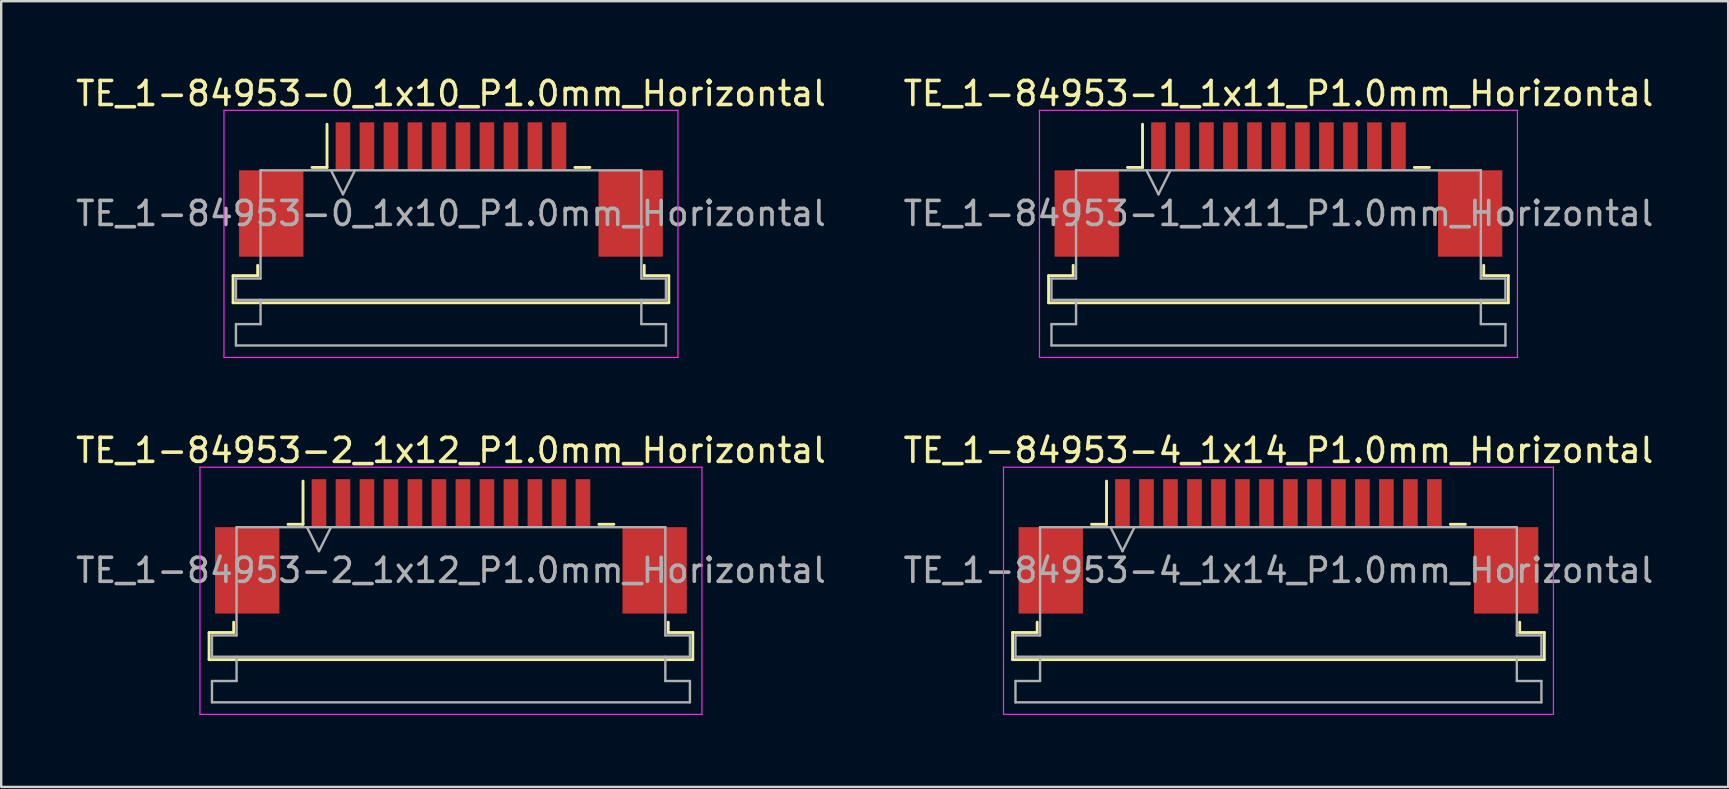
<source format=kicad_pcb>
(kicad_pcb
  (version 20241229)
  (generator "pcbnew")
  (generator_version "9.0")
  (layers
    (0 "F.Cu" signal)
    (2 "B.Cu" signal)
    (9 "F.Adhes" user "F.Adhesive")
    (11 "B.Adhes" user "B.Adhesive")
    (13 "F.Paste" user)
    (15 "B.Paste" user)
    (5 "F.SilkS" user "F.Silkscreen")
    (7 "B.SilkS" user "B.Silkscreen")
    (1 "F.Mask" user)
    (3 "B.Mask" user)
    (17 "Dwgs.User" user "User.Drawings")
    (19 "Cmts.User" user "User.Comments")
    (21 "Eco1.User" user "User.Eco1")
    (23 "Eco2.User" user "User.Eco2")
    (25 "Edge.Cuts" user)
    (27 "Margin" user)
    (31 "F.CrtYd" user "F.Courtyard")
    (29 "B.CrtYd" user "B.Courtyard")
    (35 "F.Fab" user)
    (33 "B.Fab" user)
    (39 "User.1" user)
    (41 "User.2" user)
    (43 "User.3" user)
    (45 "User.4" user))
  (footprint "TE_1-84953-1_1x11_P1.0mm_Horizontal"
    (layer "F.Cu")
    (at 50.232 4.848)
    (property "Reference" "TE_1-84953-1_1x11_P1.0mm_Horizontal" (at 0 -4 0) (layer "F.SilkS") (effects (font (size 1 1) (thickness 0.15))))
    (attr smd)
    (fp_line (start -9.58 3.59) (end -8.555 3.59) (stroke (width 0.12) (type solid)) (layer "F.SilkS"))
    (fp_line (start -9.58 4.72) (end -9.58 3.59) (stroke (width 0.12) (type solid)) (layer "F.SilkS"))
    (fp_line (start -8.555 3.59) (end -8.555 3.16) (stroke (width 0.12) (type solid)) (layer "F.SilkS"))
    (fp_line (start -6.29 -0.92) (end -5.665 -0.92) (stroke (width 0.12) (type solid)) (layer "F.SilkS"))
    (fp_line (start -5.665 -0.92) (end -5.665 -2.72) (stroke (width 0.12) (type solid)) (layer "F.SilkS"))
    (fp_line (start 5.665 -0.92) (end 6.29 -0.92) (stroke (width 0.12) (type solid)) (layer "F.SilkS"))
    (fp_line (start 8.555 3.16) (end 8.555 3.59) (stroke (width 0.12) (type solid)) (layer "F.SilkS"))
    (fp_line (start 8.555 3.59) (end 9.58 3.59) (stroke (width 0.12) (type solid)) (layer "F.SilkS"))
    (fp_line (start 9.58 3.59) (end 9.58 4.72) (stroke (width 0.12) (type solid)) (layer "F.SilkS"))
    (fp_line (start 9.58 4.72) (end -9.58 4.72) (stroke (width 0.12) (type solid)) (layer "F.SilkS"))
    (fp_line (start -9.96 -3.3) (end -9.96 7) (stroke (width 0.05) (type solid)) (layer "F.CrtYd"))
    (fp_line (start -9.96 7) (end 9.96 7) (stroke (width 0.05) (type solid)) (layer "F.CrtYd"))
    (fp_line (start 9.96 -3.3) (end -9.96 -3.3) (stroke (width 0.05) (type solid)) (layer "F.CrtYd"))
    (fp_line (start 9.96 7) (end 9.96 -3.3) (stroke (width 0.05) (type solid)) (layer "F.CrtYd"))
    (fp_line (start -9.46 3.71) (end -8.435 3.71) (stroke (width 0.1) (type solid)) (layer "F.Fab"))
    (fp_line (start -9.46 4.6) (end -9.46 3.71) (stroke (width 0.1) (type solid)) (layer "F.Fab"))
    (fp_line (start -9.46 5.61) (end -8.435 5.61) (stroke (width 0.1) (type solid)) (layer "F.Fab"))
    (fp_line (start -9.46 6.5) (end -9.46 5.61) (stroke (width 0.1) (type solid)) (layer "F.Fab"))
    (fp_line (start -8.435 -0.8) (end 8.435 -0.8) (stroke (width 0.1) (type solid)) (layer "F.Fab"))
    (fp_line (start -8.435 3.71) (end -8.435 -0.8) (stroke (width 0.1) (type solid)) (layer "F.Fab"))
    (fp_line (start -8.435 5.61) (end -8.435 4.6) (stroke (width 0.1) (type solid)) (layer "F.Fab"))
    (fp_line (start -5.5 -0.8) (end -5 0.2) (stroke (width 0.1) (type solid)) (layer "F.Fab"))
    (fp_line (start -5 0.2) (end -4.5 -0.8) (stroke (width 0.1) (type solid)) (layer "F.Fab"))
    (fp_line (start 8.435 -0.8) (end 8.435 3.71) (stroke (width 0.1) (type solid)) (layer "F.Fab"))
    (fp_line (start 8.435 3.71) (end 9.46 3.71) (stroke (width 0.1) (type solid)) (layer "F.Fab"))
    (fp_line (start 8.435 4.6) (end 8.435 5.61) (stroke (width 0.1) (type solid)) (layer "F.Fab"))
    (fp_line (start 8.435 5.61) (end 9.46 5.61) (stroke (width 0.1) (type solid)) (layer "F.Fab"))
    (fp_line (start 9.46 3.71) (end 9.46 4.6) (stroke (width 0.1) (type solid)) (layer "F.Fab"))
    (fp_line (start 9.46 4.6) (end -9.46 4.6) (stroke (width 0.1) (type solid)) (layer "F.Fab"))
    (fp_line (start 9.46 5.61) (end 9.46 6.5) (stroke (width 0.1) (type solid)) (layer "F.Fab"))
    (fp_line (start 9.46 6.5) (end -9.46 6.5) (stroke (width 0.1) (type solid)) (layer "F.Fab"))
    (fp_text user "${REFERENCE}" (at 0 1 0) (layer "F.Fab") (effects (font (size 1 1) (thickness 0.15))))
    (pad "" smd rect (at -7.99 1) (size 2.68 3.6) (layers "F.Cu" "F.Mask" "F.Paste"))
    (pad "" smd rect (at 7.99 1) (size 2.68 3.6) (layers "F.Cu" "F.Mask" "F.Paste"))
    (pad "1" smd rect (at -5 -1.8) (size 0.61 2) (layers "F.Cu" "F.Mask" "F.Paste"))
    (pad "2" smd rect (at -4 -1.8) (size 0.61 2) (layers "F.Cu" "F.Mask" "F.Paste"))
    (pad "3" smd rect (at -3 -1.8) (size 0.61 2) (layers "F.Cu" "F.Mask" "F.Paste"))
    (pad "4" smd rect (at -2 -1.8) (size 0.61 2) (layers "F.Cu" "F.Mask" "F.Paste"))
    (pad "5" smd rect (at -1 -1.8) (size 0.61 2) (layers "F.Cu" "F.Mask" "F.Paste"))
    (pad "6" smd rect (at 0 -1.8) (size 0.61 2) (layers "F.Cu" "F.Mask" "F.Paste"))
    (pad "7" smd rect (at 1 -1.8) (size 0.61 2) (layers "F.Cu" "F.Mask" "F.Paste"))
    (pad "8" smd rect (at 2 -1.8) (size 0.61 2) (layers "F.Cu" "F.Mask" "F.Paste"))
    (pad "9" smd rect (at 3 -1.8) (size 0.61 2) (layers "F.Cu" "F.Mask" "F.Paste"))
    (pad "10" smd rect (at 4 -1.8) (size 0.61 2) (layers "F.Cu" "F.Mask" "F.Paste"))
    (pad "11" smd rect (at 5 -1.8) (size 0.61 2) (layers "F.Cu" "F.Mask" "F.Paste")))
  (footprint "TE_1-84953-0_1x10_P1.0mm_Horizontal"
    (layer "F.Cu")
    (at 15.744 4.848)
    (property "Reference" "TE_1-84953-0_1x10_P1.0mm_Horizontal" (at 0 -4 0) (layer "F.SilkS") (effects (font (size 1 1) (thickness 0.15))))
    (attr smd)
    (fp_line (start -9.08 3.59) (end -8.055 3.59) (stroke (width 0.12) (type solid)) (layer "F.SilkS"))
    (fp_line (start -9.08 4.72) (end -9.08 3.59) (stroke (width 0.12) (type solid)) (layer "F.SilkS"))
    (fp_line (start -8.055 3.59) (end -8.055 3.16) (stroke (width 0.12) (type solid)) (layer "F.SilkS"))
    (fp_line (start -5.79 -0.92) (end -5.165 -0.92) (stroke (width 0.12) (type solid)) (layer "F.SilkS"))
    (fp_line (start -5.165 -0.92) (end -5.165 -2.72) (stroke (width 0.12) (type solid)) (layer "F.SilkS"))
    (fp_line (start 5.165 -0.92) (end 5.79 -0.92) (stroke (width 0.12) (type solid)) (layer "F.SilkS"))
    (fp_line (start 8.055 3.16) (end 8.055 3.59) (stroke (width 0.12) (type solid)) (layer "F.SilkS"))
    (fp_line (start 8.055 3.59) (end 9.08 3.59) (stroke (width 0.12) (type solid)) (layer "F.SilkS"))
    (fp_line (start 9.08 3.59) (end 9.08 4.72) (stroke (width 0.12) (type solid)) (layer "F.SilkS"))
    (fp_line (start 9.08 4.72) (end -9.08 4.72) (stroke (width 0.12) (type solid)) (layer "F.SilkS"))
    (fp_line (start -9.46 -3.3) (end -9.46 7) (stroke (width 0.05) (type solid)) (layer "F.CrtYd"))
    (fp_line (start -9.46 7) (end 9.46 7) (stroke (width 0.05) (type solid)) (layer "F.CrtYd"))
    (fp_line (start 9.46 -3.3) (end -9.46 -3.3) (stroke (width 0.05) (type solid)) (layer "F.CrtYd"))
    (fp_line (start 9.46 7) (end 9.46 -3.3) (stroke (width 0.05) (type solid)) (layer "F.CrtYd"))
    (fp_line (start -8.96 3.71) (end -7.935 3.71) (stroke (width 0.1) (type solid)) (layer "F.Fab"))
    (fp_line (start -8.96 4.6) (end -8.96 3.71) (stroke (width 0.1) (type solid)) (layer "F.Fab"))
    (fp_line (start -8.96 5.61) (end -7.935 5.61) (stroke (width 0.1) (type solid)) (layer "F.Fab"))
    (fp_line (start -8.96 6.5) (end -8.96 5.61) (stroke (width 0.1) (type solid)) (layer "F.Fab"))
    (fp_line (start -7.935 -0.8) (end 7.935 -0.8) (stroke (width 0.1) (type solid)) (layer "F.Fab"))
    (fp_line (start -7.935 3.71) (end -7.935 -0.8) (stroke (width 0.1) (type solid)) (layer "F.Fab"))
    (fp_line (start -7.935 5.61) (end -7.935 4.6) (stroke (width 0.1) (type solid)) (layer "F.Fab"))
    (fp_line (start -5 -0.8) (end -4.5 0.2) (stroke (width 0.1) (type solid)) (layer "F.Fab"))
    (fp_line (start -4.5 0.2) (end -4 -0.8) (stroke (width 0.1) (type solid)) (layer "F.Fab"))
    (fp_line (start 7.935 -0.8) (end 7.935 3.71) (stroke (width 0.1) (type solid)) (layer "F.Fab"))
    (fp_line (start 7.935 3.71) (end 8.96 3.71) (stroke (width 0.1) (type solid)) (layer "F.Fab"))
    (fp_line (start 7.935 4.6) (end 7.935 5.61) (stroke (width 0.1) (type solid)) (layer "F.Fab"))
    (fp_line (start 7.935 5.61) (end 8.96 5.61) (stroke (width 0.1) (type solid)) (layer "F.Fab"))
    (fp_line (start 8.96 3.71) (end 8.96 4.6) (stroke (width 0.1) (type solid)) (layer "F.Fab"))
    (fp_line (start 8.96 4.6) (end -8.96 4.6) (stroke (width 0.1) (type solid)) (layer "F.Fab"))
    (fp_line (start 8.96 5.61) (end 8.96 6.5) (stroke (width 0.1) (type solid)) (layer "F.Fab"))
    (fp_line (start 8.96 6.5) (end -8.96 6.5) (stroke (width 0.1) (type solid)) (layer "F.Fab"))
    (fp_text user "${REFERENCE}" (at 0 1 0) (layer "F.Fab") (effects (font (size 1 1) (thickness 0.15))))
    (pad "" smd rect (at -7.49 1) (size 2.68 3.6) (layers "F.Cu" "F.Mask" "F.Paste"))
    (pad "" smd rect (at 7.49 1) (size 2.68 3.6) (layers "F.Cu" "F.Mask" "F.Paste"))
    (pad "1" smd rect (at -4.5 -1.8) (size 0.61 2) (layers "F.Cu" "F.Mask" "F.Paste"))
    (pad "2" smd rect (at -3.5 -1.8) (size 0.61 2) (layers "F.Cu" "F.Mask" "F.Paste"))
    (pad "3" smd rect (at -2.5 -1.8) (size 0.61 2) (layers "F.Cu" "F.Mask" "F.Paste"))
    (pad "4" smd rect (at -1.5 -1.8) (size 0.61 2) (layers "F.Cu" "F.Mask" "F.Paste"))
    (pad "5" smd rect (at -0.5 -1.8) (size 0.61 2) (layers "F.Cu" "F.Mask" "F.Paste"))
    (pad "6" smd rect (at 0.5 -1.8) (size 0.61 2) (layers "F.Cu" "F.Mask" "F.Paste"))
    (pad "7" smd rect (at 1.5 -1.8) (size 0.61 2) (layers "F.Cu" "F.Mask" "F.Paste"))
    (pad "8" smd rect (at 2.5 -1.8) (size 0.61 2) (layers "F.Cu" "F.Mask" "F.Paste"))
    (pad "9" smd rect (at 3.5 -1.8) (size 0.61 2) (layers "F.Cu" "F.Mask" "F.Paste"))
    (pad "10" smd rect (at 4.5 -1.8) (size 0.61 2) (layers "F.Cu" "F.Mask" "F.Paste")))
  (footprint "TE_1-84953-4_1x14_P1.0mm_Horizontal"
    (layer "F.Cu")
    (at 50.232 19.721)
    (property "Reference" "TE_1-84953-4_1x14_P1.0mm_Horizontal" (at 0 -4 0) (layer "F.SilkS") (effects (font (size 1 1) (thickness 0.15))))
    (attr smd)
    (fp_line (start -11.08 3.59) (end -10.055 3.59) (stroke (width 0.12) (type solid)) (layer "F.SilkS"))
    (fp_line (start -11.08 4.72) (end -11.08 3.59) (stroke (width 0.12) (type solid)) (layer "F.SilkS"))
    (fp_line (start -10.055 3.59) (end -10.055 3.16) (stroke (width 0.12) (type solid)) (layer "F.SilkS"))
    (fp_line (start -7.79 -0.92) (end -7.165 -0.92) (stroke (width 0.12) (type solid)) (layer "F.SilkS"))
    (fp_line (start -7.165 -0.92) (end -7.165 -2.72) (stroke (width 0.12) (type solid)) (layer "F.SilkS"))
    (fp_line (start 7.165 -0.92) (end 7.79 -0.92) (stroke (width 0.12) (type solid)) (layer "F.SilkS"))
    (fp_line (start 10.055 3.16) (end 10.055 3.59) (stroke (width 0.12) (type solid)) (layer "F.SilkS"))
    (fp_line (start 10.055 3.59) (end 11.08 3.59) (stroke (width 0.12) (type solid)) (layer "F.SilkS"))
    (fp_line (start 11.08 3.59) (end 11.08 4.72) (stroke (width 0.12) (type solid)) (layer "F.SilkS"))
    (fp_line (start 11.08 4.72) (end -11.08 4.72) (stroke (width 0.12) (type solid)) (layer "F.SilkS"))
    (fp_line (start -11.46 -3.3) (end -11.46 7) (stroke (width 0.05) (type solid)) (layer "F.CrtYd"))
    (fp_line (start -11.46 7) (end 11.46 7) (stroke (width 0.05) (type solid)) (layer "F.CrtYd"))
    (fp_line (start 11.46 -3.3) (end -11.46 -3.3) (stroke (width 0.05) (type solid)) (layer "F.CrtYd"))
    (fp_line (start 11.46 7) (end 11.46 -3.3) (stroke (width 0.05) (type solid)) (layer "F.CrtYd"))
    (fp_line (start -10.96 3.71) (end -9.935 3.71) (stroke (width 0.1) (type solid)) (layer "F.Fab"))
    (fp_line (start -10.96 4.6) (end -10.96 3.71) (stroke (width 0.1) (type solid)) (layer "F.Fab"))
    (fp_line (start -10.96 5.61) (end -9.935 5.61) (stroke (width 0.1) (type solid)) (layer "F.Fab"))
    (fp_line (start -10.96 6.5) (end -10.96 5.61) (stroke (width 0.1) (type solid)) (layer "F.Fab"))
    (fp_line (start -9.935 -0.8) (end 9.935 -0.8) (stroke (width 0.1) (type solid)) (layer "F.Fab"))
    (fp_line (start -9.935 3.71) (end -9.935 -0.8) (stroke (width 0.1) (type solid)) (layer "F.Fab"))
    (fp_line (start -9.935 5.61) (end -9.935 4.6) (stroke (width 0.1) (type solid)) (layer "F.Fab"))
    (fp_line (start -7 -0.8) (end -6.5 0.2) (stroke (width 0.1) (type solid)) (layer "F.Fab"))
    (fp_line (start -6.5 0.2) (end -6 -0.8) (stroke (width 0.1) (type solid)) (layer "F.Fab"))
    (fp_line (start 9.935 -0.8) (end 9.935 3.71) (stroke (width 0.1) (type solid)) (layer "F.Fab"))
    (fp_line (start 9.935 3.71) (end 10.96 3.71) (stroke (width 0.1) (type solid)) (layer "F.Fab"))
    (fp_line (start 9.935 4.6) (end 9.935 5.61) (stroke (width 0.1) (type solid)) (layer "F.Fab"))
    (fp_line (start 9.935 5.61) (end 10.96 5.61) (stroke (width 0.1) (type solid)) (layer "F.Fab"))
    (fp_line (start 10.96 3.71) (end 10.96 4.6) (stroke (width 0.1) (type solid)) (layer "F.Fab"))
    (fp_line (start 10.96 4.6) (end -10.96 4.6) (stroke (width 0.1) (type solid)) (layer "F.Fab"))
    (fp_line (start 10.96 5.61) (end 10.96 6.5) (stroke (width 0.1) (type solid)) (layer "F.Fab"))
    (fp_line (start 10.96 6.5) (end -10.96 6.5) (stroke (width 0.1) (type solid)) (layer "F.Fab"))
    (fp_text user "${REFERENCE}" (at 0 1 0) (layer "F.Fab") (effects (font (size 1 1) (thickness 0.15))))
    (pad "" smd rect (at -9.49 1) (size 2.68 3.6) (layers "F.Cu" "F.Mask" "F.Paste"))
    (pad "" smd rect (at 9.49 1) (size 2.68 3.6) (layers "F.Cu" "F.Mask" "F.Paste"))
    (pad "1" smd rect (at -6.5 -1.8) (size 0.61 2) (layers "F.Cu" "F.Mask" "F.Paste"))
    (pad "2" smd rect (at -5.5 -1.8) (size 0.61 2) (layers "F.Cu" "F.Mask" "F.Paste"))
    (pad "3" smd rect (at -4.5 -1.8) (size 0.61 2) (layers "F.Cu" "F.Mask" "F.Paste"))
    (pad "4" smd rect (at -3.5 -1.8) (size 0.61 2) (layers "F.Cu" "F.Mask" "F.Paste"))
    (pad "5" smd rect (at -2.5 -1.8) (size 0.61 2) (layers "F.Cu" "F.Mask" "F.Paste"))
    (pad "6" smd rect (at -1.5 -1.8) (size 0.61 2) (layers "F.Cu" "F.Mask" "F.Paste"))
    (pad "7" smd rect (at -0.5 -1.8) (size 0.61 2) (layers "F.Cu" "F.Mask" "F.Paste"))
    (pad "8" smd rect (at 0.5 -1.8) (size 0.61 2) (layers "F.Cu" "F.Mask" "F.Paste"))
    (pad "9" smd rect (at 1.5 -1.8) (size 0.61 2) (layers "F.Cu" "F.Mask" "F.Paste"))
    (pad "10" smd rect (at 2.5 -1.8) (size 0.61 2) (layers "F.Cu" "F.Mask" "F.Paste"))
    (pad "11" smd rect (at 3.5 -1.8) (size 0.61 2) (layers "F.Cu" "F.Mask" "F.Paste"))
    (pad "12" smd rect (at 4.5 -1.8) (size 0.61 2) (layers "F.Cu" "F.Mask" "F.Paste"))
    (pad "13" smd rect (at 5.5 -1.8) (size 0.61 2) (layers "F.Cu" "F.Mask" "F.Paste"))
    (pad "14" smd rect (at 6.5 -1.8) (size 0.61 2) (layers "F.Cu" "F.Mask" "F.Paste")))
  (footprint "TE_1-84953-2_1x12_P1.0mm_Horizontal"
    (layer "F.Cu")
    (at 15.744 19.721)
    (property "Reference" "TE_1-84953-2_1x12_P1.0mm_Horizontal" (at 0 -4 0) (layer "F.SilkS") (effects (font (size 1 1) (thickness 0.15))))
    (attr smd)
    (fp_line (start -10.08 3.59) (end -9.055 3.59) (stroke (width 0.12) (type solid)) (layer "F.SilkS"))
    (fp_line (start -10.08 4.72) (end -10.08 3.59) (stroke (width 0.12) (type solid)) (layer "F.SilkS"))
    (fp_line (start -9.055 3.59) (end -9.055 3.16) (stroke (width 0.12) (type solid)) (layer "F.SilkS"))
    (fp_line (start -6.79 -0.92) (end -6.165 -0.92) (stroke (width 0.12) (type solid)) (layer "F.SilkS"))
    (fp_line (start -6.165 -0.92) (end -6.165 -2.72) (stroke (width 0.12) (type solid)) (layer "F.SilkS"))
    (fp_line (start 6.165 -0.92) (end 6.79 -0.92) (stroke (width 0.12) (type solid)) (layer "F.SilkS"))
    (fp_line (start 9.055 3.16) (end 9.055 3.59) (stroke (width 0.12) (type solid)) (layer "F.SilkS"))
    (fp_line (start 9.055 3.59) (end 10.08 3.59) (stroke (width 0.12) (type solid)) (layer "F.SilkS"))
    (fp_line (start 10.08 3.59) (end 10.08 4.72) (stroke (width 0.12) (type solid)) (layer "F.SilkS"))
    (fp_line (start 10.08 4.72) (end -10.08 4.72) (stroke (width 0.12) (type solid)) (layer "F.SilkS"))
    (fp_line (start -10.46 -3.3) (end -10.46 7) (stroke (width 0.05) (type solid)) (layer "F.CrtYd"))
    (fp_line (start -10.46 7) (end 10.46 7) (stroke (width 0.05) (type solid)) (layer "F.CrtYd"))
    (fp_line (start 10.46 -3.3) (end -10.46 -3.3) (stroke (width 0.05) (type solid)) (layer "F.CrtYd"))
    (fp_line (start 10.46 7) (end 10.46 -3.3) (stroke (width 0.05) (type solid)) (layer "F.CrtYd"))
    (fp_line (start -9.96 3.71) (end -8.935 3.71) (stroke (width 0.1) (type solid)) (layer "F.Fab"))
    (fp_line (start -9.96 4.6) (end -9.96 3.71) (stroke (width 0.1) (type solid)) (layer "F.Fab"))
    (fp_line (start -9.96 5.61) (end -8.935 5.61) (stroke (width 0.1) (type solid)) (layer "F.Fab"))
    (fp_line (start -9.96 6.5) (end -9.96 5.61) (stroke (width 0.1) (type solid)) (layer "F.Fab"))
    (fp_line (start -8.935 -0.8) (end 8.935 -0.8) (stroke (width 0.1) (type solid)) (layer "F.Fab"))
    (fp_line (start -8.935 3.71) (end -8.935 -0.8) (stroke (width 0.1) (type solid)) (layer "F.Fab"))
    (fp_line (start -8.935 5.61) (end -8.935 4.6) (stroke (width 0.1) (type solid)) (layer "F.Fab"))
    (fp_line (start -6 -0.8) (end -5.5 0.2) (stroke (width 0.1) (type solid)) (layer "F.Fab"))
    (fp_line (start -5.5 0.2) (end -5 -0.8) (stroke (width 0.1) (type solid)) (layer "F.Fab"))
    (fp_line (start 8.935 -0.8) (end 8.935 3.71) (stroke (width 0.1) (type solid)) (layer "F.Fab"))
    (fp_line (start 8.935 3.71) (end 9.96 3.71) (stroke (width 0.1) (type solid)) (layer "F.Fab"))
    (fp_line (start 8.935 4.6) (end 8.935 5.61) (stroke (width 0.1) (type solid)) (layer "F.Fab"))
    (fp_line (start 8.935 5.61) (end 9.96 5.61) (stroke (width 0.1) (type solid)) (layer "F.Fab"))
    (fp_line (start 9.96 3.71) (end 9.96 4.6) (stroke (width 0.1) (type solid)) (layer "F.Fab"))
    (fp_line (start 9.96 4.6) (end -9.96 4.6) (stroke (width 0.1) (type solid)) (layer "F.Fab"))
    (fp_line (start 9.96 5.61) (end 9.96 6.5) (stroke (width 0.1) (type solid)) (layer "F.Fab"))
    (fp_line (start 9.96 6.5) (end -9.96 6.5) (stroke (width 0.1) (type solid)) (layer "F.Fab"))
    (fp_text user "${REFERENCE}" (at 0 1 0) (layer "F.Fab") (effects (font (size 1 1) (thickness 0.15))))
    (pad "" smd rect (at -8.49 1) (size 2.68 3.6) (layers "F.Cu" "F.Mask" "F.Paste"))
    (pad "" smd rect (at 8.49 1) (size 2.68 3.6) (layers "F.Cu" "F.Mask" "F.Paste"))
    (pad "1" smd rect (at -5.5 -1.8) (size 0.61 2) (layers "F.Cu" "F.Mask" "F.Paste"))
    (pad "2" smd rect (at -4.5 -1.8) (size 0.61 2) (layers "F.Cu" "F.Mask" "F.Paste"))
    (pad "3" smd rect (at -3.5 -1.8) (size 0.61 2) (layers "F.Cu" "F.Mask" "F.Paste"))
    (pad "4" smd rect (at -2.5 -1.8) (size 0.61 2) (layers "F.Cu" "F.Mask" "F.Paste"))
    (pad "5" smd rect (at -1.5 -1.8) (size 0.61 2) (layers "F.Cu" "F.Mask" "F.Paste"))
    (pad "6" smd rect (at -0.5 -1.8) (size 0.61 2) (layers "F.Cu" "F.Mask" "F.Paste"))
    (pad "7" smd rect (at 0.5 -1.8) (size 0.61 2) (layers "F.Cu" "F.Mask" "F.Paste"))
    (pad "8" smd rect (at 1.5 -1.8) (size 0.61 2) (layers "F.Cu" "F.Mask" "F.Paste"))
    (pad "9" smd rect (at 2.5 -1.8) (size 0.61 2) (layers "F.Cu" "F.Mask" "F.Paste"))
    (pad "10" smd rect (at 3.5 -1.8) (size 0.61 2) (layers "F.Cu" "F.Mask" "F.Paste"))
    (pad "11" smd rect (at 4.5 -1.8) (size 0.61 2) (layers "F.Cu" "F.Mask" "F.Paste"))
    (pad "12" smd rect (at 5.5 -1.8) (size 0.61 2) (layers "F.Cu" "F.Mask" "F.Paste")))
  (gr_rect
    (start -3 -3)
    (end 68.976 29.747)
    (stroke (width 0.1) (type default))
    (fill no)
    (layer "Edge.Cuts")))
</source>
